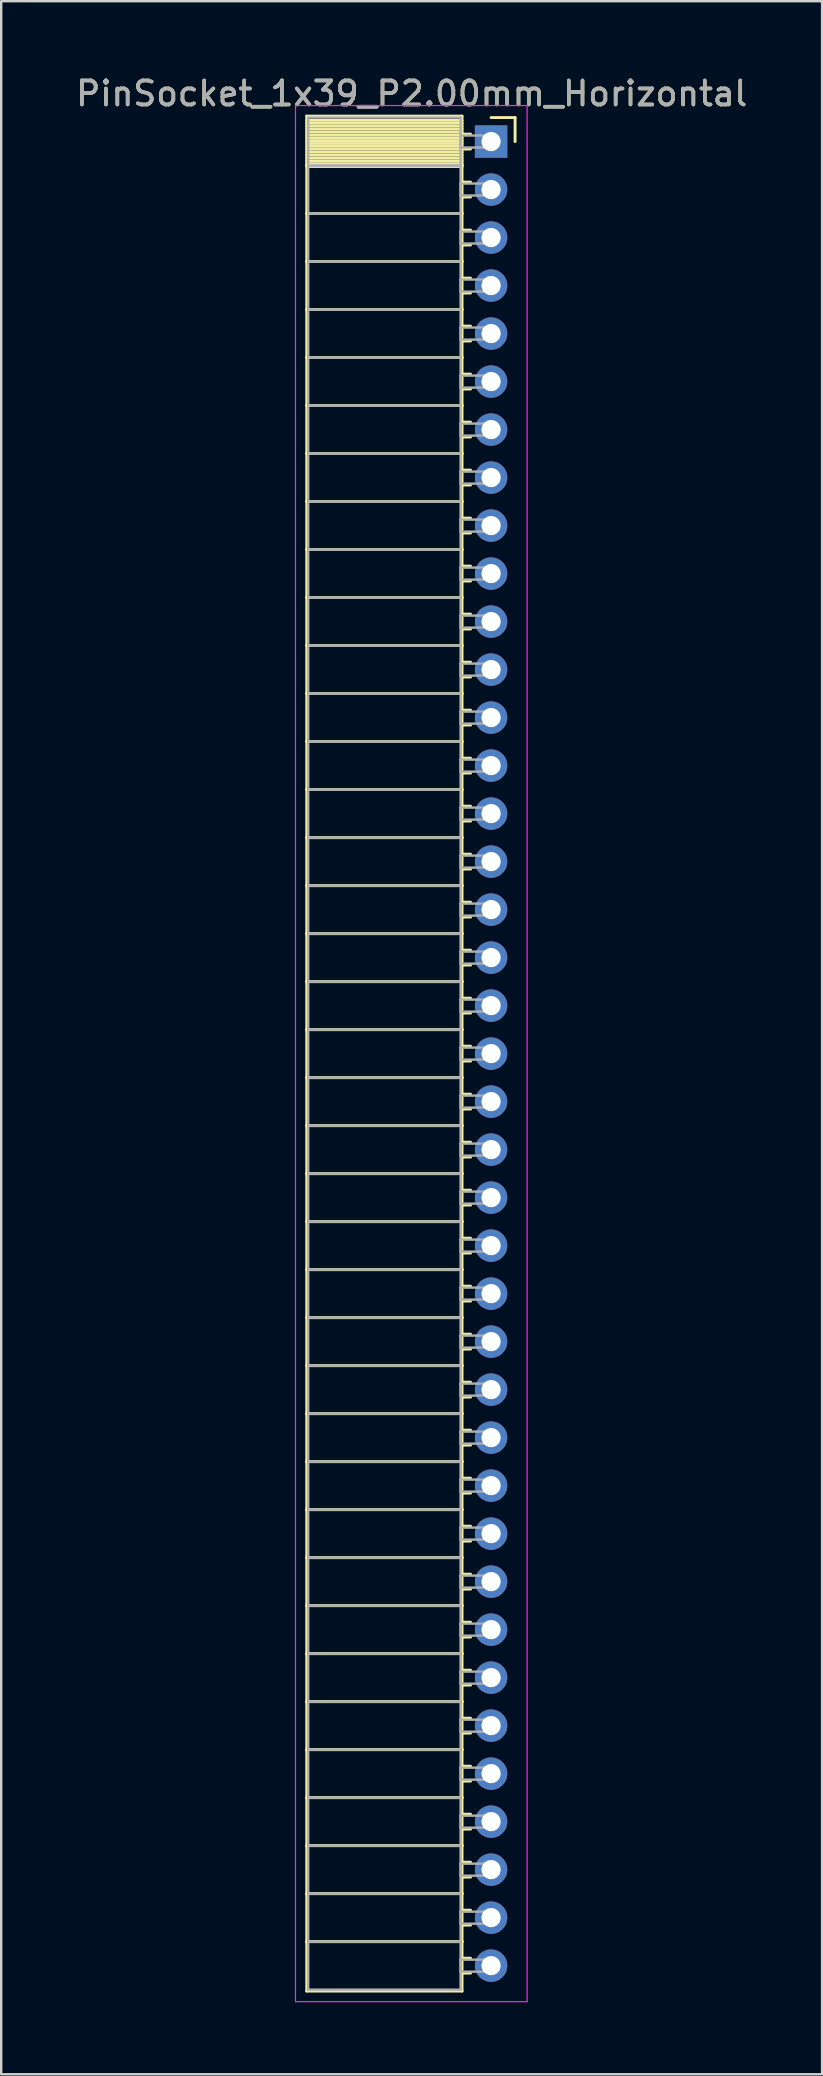
<source format=kicad_pcb>
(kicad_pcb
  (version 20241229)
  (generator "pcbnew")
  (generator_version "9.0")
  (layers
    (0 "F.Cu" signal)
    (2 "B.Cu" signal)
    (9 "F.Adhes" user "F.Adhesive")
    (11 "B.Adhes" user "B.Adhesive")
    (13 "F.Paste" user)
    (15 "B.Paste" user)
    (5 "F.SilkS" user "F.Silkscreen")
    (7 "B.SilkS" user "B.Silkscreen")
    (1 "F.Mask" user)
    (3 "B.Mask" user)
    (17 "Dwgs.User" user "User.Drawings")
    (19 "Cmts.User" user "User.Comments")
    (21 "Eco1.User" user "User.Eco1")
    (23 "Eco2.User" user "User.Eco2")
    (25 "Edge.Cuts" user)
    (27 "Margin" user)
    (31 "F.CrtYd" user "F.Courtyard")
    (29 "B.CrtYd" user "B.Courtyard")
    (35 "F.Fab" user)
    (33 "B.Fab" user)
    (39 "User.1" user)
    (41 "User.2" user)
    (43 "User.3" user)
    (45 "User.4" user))
  (footprint "PinSocket_1x39_P2.00mm_Horizontal"
    (layer "F.Cu")
    (at 17.411 2.848)
    (property "Reference" "PinSocket_1x39_P2.00mm_Horizontal" (at -3.31 -2 0) (layer "F.SilkS") (effects (font (size 1 1) (thickness 0.15))))
    (attr through_hole)
    (fp_line (start -7.68 -1.06) (end -1.21 -1.06) (stroke (width 0.12) (type solid)) (layer "F.SilkS"))
    (fp_line (start -7.68 1) (end -7.68 -1.06) (stroke (width 0.12) (type solid)) (layer "F.SilkS"))
    (fp_line (start -7.68 1) (end -1.21 1) (stroke (width 0.12) (type solid)) (layer "F.SilkS"))
    (fp_line (start -7.68 3) (end -7.68 1) (stroke (width 0.12) (type solid)) (layer "F.SilkS"))
    (fp_line (start -7.68 3) (end -1.21 3) (stroke (width 0.12) (type solid)) (layer "F.SilkS"))
    (fp_line (start -7.68 5) (end -7.68 3) (stroke (width 0.12) (type solid)) (layer "F.SilkS"))
    (fp_line (start -7.68 5) (end -1.21 5) (stroke (width 0.12) (type solid)) (layer "F.SilkS"))
    (fp_line (start -7.68 7) (end -7.68 5) (stroke (width 0.12) (type solid)) (layer "F.SilkS"))
    (fp_line (start -7.68 7) (end -1.21 7) (stroke (width 0.12) (type solid)) (layer "F.SilkS"))
    (fp_line (start -7.68 9) (end -7.68 7) (stroke (width 0.12) (type solid)) (layer "F.SilkS"))
    (fp_line (start -7.68 9) (end -1.21 9) (stroke (width 0.12) (type solid)) (layer "F.SilkS"))
    (fp_line (start -7.68 11) (end -7.68 9) (stroke (width 0.12) (type solid)) (layer "F.SilkS"))
    (fp_line (start -7.68 11) (end -1.21 11) (stroke (width 0.12) (type solid)) (layer "F.SilkS"))
    (fp_line (start -7.68 13) (end -7.68 11) (stroke (width 0.12) (type solid)) (layer "F.SilkS"))
    (fp_line (start -7.68 13) (end -1.21 13) (stroke (width 0.12) (type solid)) (layer "F.SilkS"))
    (fp_line (start -7.68 15) (end -7.68 13) (stroke (width 0.12) (type solid)) (layer "F.SilkS"))
    (fp_line (start -7.68 15) (end -1.21 15) (stroke (width 0.12) (type solid)) (layer "F.SilkS"))
    (fp_line (start -7.68 17) (end -7.68 15) (stroke (width 0.12) (type solid)) (layer "F.SilkS"))
    (fp_line (start -7.68 17) (end -1.21 17) (stroke (width 0.12) (type solid)) (layer "F.SilkS"))
    (fp_line (start -7.68 19) (end -7.68 17) (stroke (width 0.12) (type solid)) (layer "F.SilkS"))
    (fp_line (start -7.68 19) (end -1.21 19) (stroke (width 0.12) (type solid)) (layer "F.SilkS"))
    (fp_line (start -7.68 21) (end -7.68 19) (stroke (width 0.12) (type solid)) (layer "F.SilkS"))
    (fp_line (start -7.68 21) (end -1.21 21) (stroke (width 0.12) (type solid)) (layer "F.SilkS"))
    (fp_line (start -7.68 23) (end -7.68 21) (stroke (width 0.12) (type solid)) (layer "F.SilkS"))
    (fp_line (start -7.68 23) (end -1.21 23) (stroke (width 0.12) (type solid)) (layer "F.SilkS"))
    (fp_line (start -7.68 25) (end -7.68 23) (stroke (width 0.12) (type solid)) (layer "F.SilkS"))
    (fp_line (start -7.68 25) (end -1.21 25) (stroke (width 0.12) (type solid)) (layer "F.SilkS"))
    (fp_line (start -7.68 27) (end -7.68 25) (stroke (width 0.12) (type solid)) (layer "F.SilkS"))
    (fp_line (start -7.68 27) (end -1.21 27) (stroke (width 0.12) (type solid)) (layer "F.SilkS"))
    (fp_line (start -7.68 29) (end -7.68 27) (stroke (width 0.12) (type solid)) (layer "F.SilkS"))
    (fp_line (start -7.68 29) (end -1.21 29) (stroke (width 0.12) (type solid)) (layer "F.SilkS"))
    (fp_line (start -7.68 31) (end -7.68 29) (stroke (width 0.12) (type solid)) (layer "F.SilkS"))
    (fp_line (start -7.68 31) (end -1.21 31) (stroke (width 0.12) (type solid)) (layer "F.SilkS"))
    (fp_line (start -7.68 33) (end -7.68 31) (stroke (width 0.12) (type solid)) (layer "F.SilkS"))
    (fp_line (start -7.68 33) (end -1.21 33) (stroke (width 0.12) (type solid)) (layer "F.SilkS"))
    (fp_line (start -7.68 35) (end -7.68 33) (stroke (width 0.12) (type solid)) (layer "F.SilkS"))
    (fp_line (start -7.68 35) (end -1.21 35) (stroke (width 0.12) (type solid)) (layer "F.SilkS"))
    (fp_line (start -7.68 37) (end -7.68 35) (stroke (width 0.12) (type solid)) (layer "F.SilkS"))
    (fp_line (start -7.68 37) (end -1.21 37) (stroke (width 0.12) (type solid)) (layer "F.SilkS"))
    (fp_line (start -7.68 39) (end -7.68 37) (stroke (width 0.12) (type solid)) (layer "F.SilkS"))
    (fp_line (start -7.68 39) (end -1.21 39) (stroke (width 0.12) (type solid)) (layer "F.SilkS"))
    (fp_line (start -7.68 41) (end -7.68 39) (stroke (width 0.12) (type solid)) (layer "F.SilkS"))
    (fp_line (start -7.68 41) (end -1.21 41) (stroke (width 0.12) (type solid)) (layer "F.SilkS"))
    (fp_line (start -7.68 43) (end -7.68 41) (stroke (width 0.12) (type solid)) (layer "F.SilkS"))
    (fp_line (start -7.68 43) (end -1.21 43) (stroke (width 0.12) (type solid)) (layer "F.SilkS"))
    (fp_line (start -7.68 45) (end -7.68 43) (stroke (width 0.12) (type solid)) (layer "F.SilkS"))
    (fp_line (start -7.68 45) (end -1.21 45) (stroke (width 0.12) (type solid)) (layer "F.SilkS"))
    (fp_line (start -7.68 47) (end -7.68 45) (stroke (width 0.12) (type solid)) (layer "F.SilkS"))
    (fp_line (start -7.68 47) (end -1.21 47) (stroke (width 0.12) (type solid)) (layer "F.SilkS"))
    (fp_line (start -7.68 49) (end -7.68 47) (stroke (width 0.12) (type solid)) (layer "F.SilkS"))
    (fp_line (start -7.68 49) (end -1.21 49) (stroke (width 0.12) (type solid)) (layer "F.SilkS"))
    (fp_line (start -7.68 51) (end -7.68 49) (stroke (width 0.12) (type solid)) (layer "F.SilkS"))
    (fp_line (start -7.68 51) (end -1.21 51) (stroke (width 0.12) (type solid)) (layer "F.SilkS"))
    (fp_line (start -7.68 53) (end -7.68 51) (stroke (width 0.12) (type solid)) (layer "F.SilkS"))
    (fp_line (start -7.68 53) (end -1.21 53) (stroke (width 0.12) (type solid)) (layer "F.SilkS"))
    (fp_line (start -7.68 55) (end -7.68 53) (stroke (width 0.12) (type solid)) (layer "F.SilkS"))
    (fp_line (start -7.68 55) (end -1.21 55) (stroke (width 0.12) (type solid)) (layer "F.SilkS"))
    (fp_line (start -7.68 57) (end -7.68 55) (stroke (width 0.12) (type solid)) (layer "F.SilkS"))
    (fp_line (start -7.68 57) (end -1.21 57) (stroke (width 0.12) (type solid)) (layer "F.SilkS"))
    (fp_line (start -7.68 59) (end -7.68 57) (stroke (width 0.12) (type solid)) (layer "F.SilkS"))
    (fp_line (start -7.68 59) (end -1.21 59) (stroke (width 0.12) (type solid)) (layer "F.SilkS"))
    (fp_line (start -7.68 61) (end -7.68 59) (stroke (width 0.12) (type solid)) (layer "F.SilkS"))
    (fp_line (start -7.68 61) (end -1.21 61) (stroke (width 0.12) (type solid)) (layer "F.SilkS"))
    (fp_line (start -7.68 63) (end -7.68 61) (stroke (width 0.12) (type solid)) (layer "F.SilkS"))
    (fp_line (start -7.68 63) (end -1.21 63) (stroke (width 0.12) (type solid)) (layer "F.SilkS"))
    (fp_line (start -7.68 65) (end -7.68 63) (stroke (width 0.12) (type solid)) (layer "F.SilkS"))
    (fp_line (start -7.68 65) (end -1.21 65) (stroke (width 0.12) (type solid)) (layer "F.SilkS"))
    (fp_line (start -7.68 67) (end -7.68 65) (stroke (width 0.12) (type solid)) (layer "F.SilkS"))
    (fp_line (start -7.68 67) (end -1.21 67) (stroke (width 0.12) (type solid)) (layer "F.SilkS"))
    (fp_line (start -7.68 69) (end -7.68 67) (stroke (width 0.12) (type solid)) (layer "F.SilkS"))
    (fp_line (start -7.68 69) (end -1.21 69) (stroke (width 0.12) (type solid)) (layer "F.SilkS"))
    (fp_line (start -7.68 71) (end -7.68 69) (stroke (width 0.12) (type solid)) (layer "F.SilkS"))
    (fp_line (start -7.68 71) (end -1.21 71) (stroke (width 0.12) (type solid)) (layer "F.SilkS"))
    (fp_line (start -7.68 73) (end -7.68 71) (stroke (width 0.12) (type solid)) (layer "F.SilkS"))
    (fp_line (start -7.68 73) (end -1.21 73) (stroke (width 0.12) (type solid)) (layer "F.SilkS"))
    (fp_line (start -7.68 75) (end -7.68 73) (stroke (width 0.12) (type solid)) (layer "F.SilkS"))
    (fp_line (start -7.68 75) (end -1.21 75) (stroke (width 0.12) (type solid)) (layer "F.SilkS"))
    (fp_line (start -7.68 77.06) (end -7.68 75) (stroke (width 0.12) (type solid)) (layer "F.SilkS"))
    (fp_line (start -1.21 -1.06) (end -1.21 1) (stroke (width 0.12) (type solid)) (layer "F.SilkS"))
    (fp_line (start -1.21 -0.88) (end -7.68 -0.88) (stroke (width 0.12) (type solid)) (layer "F.SilkS"))
    (fp_line (start -1.21 -0.76) (end -7.68 -0.76) (stroke (width 0.12) (type solid)) (layer "F.SilkS"))
    (fp_line (start -1.21 -0.64) (end -7.68 -0.64) (stroke (width 0.12) (type solid)) (layer "F.SilkS"))
    (fp_line (start -1.21 -0.52) (end -7.68 -0.52) (stroke (width 0.12) (type solid)) (layer "F.SilkS"))
    (fp_line (start -1.21 -0.4) (end -7.68 -0.4) (stroke (width 0.12) (type solid)) (layer "F.SilkS"))
    (fp_line (start -1.21 -0.28) (end -7.68 -0.28) (stroke (width 0.12) (type solid)) (layer "F.SilkS"))
    (fp_line (start -1.21 -0.16) (end -7.68 -0.16) (stroke (width 0.12) (type solid)) (layer "F.SilkS"))
    (fp_line (start -1.21 -0.04) (end -7.68 -0.04) (stroke (width 0.12) (type solid)) (layer "F.SilkS"))
    (fp_line (start -1.21 0.08) (end -7.68 0.08) (stroke (width 0.12) (type solid)) (layer "F.SilkS"))
    (fp_line (start -1.21 0.2) (end -7.68 0.2) (stroke (width 0.12) (type solid)) (layer "F.SilkS"))
    (fp_line (start -1.21 0.32) (end -7.68 0.32) (stroke (width 0.12) (type solid)) (layer "F.SilkS"))
    (fp_line (start -1.21 0.44) (end -7.68 0.44) (stroke (width 0.12) (type solid)) (layer "F.SilkS"))
    (fp_line (start -1.21 0.56) (end -7.68 0.56) (stroke (width 0.12) (type solid)) (layer "F.SilkS"))
    (fp_line (start -1.21 0.68) (end -7.68 0.68) (stroke (width 0.12) (type solid)) (layer "F.SilkS"))
    (fp_line (start -1.21 0.8) (end -7.68 0.8) (stroke (width 0.12) (type solid)) (layer "F.SilkS"))
    (fp_line (start -1.21 0.92) (end -7.68 0.92) (stroke (width 0.12) (type solid)) (layer "F.SilkS"))
    (fp_line (start -1.21 1) (end -7.68 1) (stroke (width 0.12) (type solid)) (layer "F.SilkS"))
    (fp_line (start -1.21 1) (end -1.21 3) (stroke (width 0.12) (type solid)) (layer "F.SilkS"))
    (fp_line (start -1.21 1.04) (end -7.68 1.04) (stroke (width 0.12) (type solid)) (layer "F.SilkS"))
    (fp_line (start -1.21 3) (end -7.68 3) (stroke (width 0.12) (type solid)) (layer "F.SilkS"))
    (fp_line (start -1.21 3) (end -1.21 5) (stroke (width 0.12) (type solid)) (layer "F.SilkS"))
    (fp_line (start -1.21 5) (end -7.68 5) (stroke (width 0.12) (type solid)) (layer "F.SilkS"))
    (fp_line (start -1.21 5) (end -1.21 7) (stroke (width 0.12) (type solid)) (layer "F.SilkS"))
    (fp_line (start -1.21 7) (end -7.68 7) (stroke (width 0.12) (type solid)) (layer "F.SilkS"))
    (fp_line (start -1.21 7) (end -1.21 9) (stroke (width 0.12) (type solid)) (layer "F.SilkS"))
    (fp_line (start -1.21 9) (end -7.68 9) (stroke (width 0.12) (type solid)) (layer "F.SilkS"))
    (fp_line (start -1.21 9) (end -1.21 11) (stroke (width 0.12) (type solid)) (layer "F.SilkS"))
    (fp_line (start -1.21 11) (end -7.68 11) (stroke (width 0.12) (type solid)) (layer "F.SilkS"))
    (fp_line (start -1.21 11) (end -1.21 13) (stroke (width 0.12) (type solid)) (layer "F.SilkS"))
    (fp_line (start -1.21 13) (end -7.68 13) (stroke (width 0.12) (type solid)) (layer "F.SilkS"))
    (fp_line (start -1.21 13) (end -1.21 15) (stroke (width 0.12) (type solid)) (layer "F.SilkS"))
    (fp_line (start -1.21 15) (end -7.68 15) (stroke (width 0.12) (type solid)) (layer "F.SilkS"))
    (fp_line (start -1.21 15) (end -1.21 17) (stroke (width 0.12) (type solid)) (layer "F.SilkS"))
    (fp_line (start -1.21 17) (end -7.68 17) (stroke (width 0.12) (type solid)) (layer "F.SilkS"))
    (fp_line (start -1.21 17) (end -1.21 19) (stroke (width 0.12) (type solid)) (layer "F.SilkS"))
    (fp_line (start -1.21 19) (end -7.68 19) (stroke (width 0.12) (type solid)) (layer "F.SilkS"))
    (fp_line (start -1.21 19) (end -1.21 21) (stroke (width 0.12) (type solid)) (layer "F.SilkS"))
    (fp_line (start -1.21 21) (end -7.68 21) (stroke (width 0.12) (type solid)) (layer "F.SilkS"))
    (fp_line (start -1.21 21) (end -1.21 23) (stroke (width 0.12) (type solid)) (layer "F.SilkS"))
    (fp_line (start -1.21 23) (end -7.68 23) (stroke (width 0.12) (type solid)) (layer "F.SilkS"))
    (fp_line (start -1.21 23) (end -1.21 25) (stroke (width 0.12) (type solid)) (layer "F.SilkS"))
    (fp_line (start -1.21 25) (end -7.68 25) (stroke (width 0.12) (type solid)) (layer "F.SilkS"))
    (fp_line (start -1.21 25) (end -1.21 27) (stroke (width 0.12) (type solid)) (layer "F.SilkS"))
    (fp_line (start -1.21 27) (end -7.68 27) (stroke (width 0.12) (type solid)) (layer "F.SilkS"))
    (fp_line (start -1.21 27) (end -1.21 29) (stroke (width 0.12) (type solid)) (layer "F.SilkS"))
    (fp_line (start -1.21 29) (end -7.68 29) (stroke (width 0.12) (type solid)) (layer "F.SilkS"))
    (fp_line (start -1.21 29) (end -1.21 31) (stroke (width 0.12) (type solid)) (layer "F.SilkS"))
    (fp_line (start -1.21 31) (end -7.68 31) (stroke (width 0.12) (type solid)) (layer "F.SilkS"))
    (fp_line (start -1.21 31) (end -1.21 33) (stroke (width 0.12) (type solid)) (layer "F.SilkS"))
    (fp_line (start -1.21 33) (end -7.68 33) (stroke (width 0.12) (type solid)) (layer "F.SilkS"))
    (fp_line (start -1.21 33) (end -1.21 35) (stroke (width 0.12) (type solid)) (layer "F.SilkS"))
    (fp_line (start -1.21 35) (end -7.68 35) (stroke (width 0.12) (type solid)) (layer "F.SilkS"))
    (fp_line (start -1.21 35) (end -1.21 37) (stroke (width 0.12) (type solid)) (layer "F.SilkS"))
    (fp_line (start -1.21 37) (end -7.68 37) (stroke (width 0.12) (type solid)) (layer "F.SilkS"))
    (fp_line (start -1.21 37) (end -1.21 39) (stroke (width 0.12) (type solid)) (layer "F.SilkS"))
    (fp_line (start -1.21 39) (end -7.68 39) (stroke (width 0.12) (type solid)) (layer "F.SilkS"))
    (fp_line (start -1.21 39) (end -1.21 41) (stroke (width 0.12) (type solid)) (layer "F.SilkS"))
    (fp_line (start -1.21 41) (end -7.68 41) (stroke (width 0.12) (type solid)) (layer "F.SilkS"))
    (fp_line (start -1.21 41) (end -1.21 43) (stroke (width 0.12) (type solid)) (layer "F.SilkS"))
    (fp_line (start -1.21 43) (end -7.68 43) (stroke (width 0.12) (type solid)) (layer "F.SilkS"))
    (fp_line (start -1.21 43) (end -1.21 45) (stroke (width 0.12) (type solid)) (layer "F.SilkS"))
    (fp_line (start -1.21 45) (end -7.68 45) (stroke (width 0.12) (type solid)) (layer "F.SilkS"))
    (fp_line (start -1.21 45) (end -1.21 47) (stroke (width 0.12) (type solid)) (layer "F.SilkS"))
    (fp_line (start -1.21 47) (end -7.68 47) (stroke (width 0.12) (type solid)) (layer "F.SilkS"))
    (fp_line (start -1.21 47) (end -1.21 49) (stroke (width 0.12) (type solid)) (layer "F.SilkS"))
    (fp_line (start -1.21 49) (end -7.68 49) (stroke (width 0.12) (type solid)) (layer "F.SilkS"))
    (fp_line (start -1.21 49) (end -1.21 51) (stroke (width 0.12) (type solid)) (layer "F.SilkS"))
    (fp_line (start -1.21 51) (end -7.68 51) (stroke (width 0.12) (type solid)) (layer "F.SilkS"))
    (fp_line (start -1.21 51) (end -1.21 53) (stroke (width 0.12) (type solid)) (layer "F.SilkS"))
    (fp_line (start -1.21 53) (end -7.68 53) (stroke (width 0.12) (type solid)) (layer "F.SilkS"))
    (fp_line (start -1.21 53) (end -1.21 55) (stroke (width 0.12) (type solid)) (layer "F.SilkS"))
    (fp_line (start -1.21 55) (end -7.68 55) (stroke (width 0.12) (type solid)) (layer "F.SilkS"))
    (fp_line (start -1.21 55) (end -1.21 57) (stroke (width 0.12) (type solid)) (layer "F.SilkS"))
    (fp_line (start -1.21 57) (end -7.68 57) (stroke (width 0.12) (type solid)) (layer "F.SilkS"))
    (fp_line (start -1.21 57) (end -1.21 59) (stroke (width 0.12) (type solid)) (layer "F.SilkS"))
    (fp_line (start -1.21 59) (end -7.68 59) (stroke (width 0.12) (type solid)) (layer "F.SilkS"))
    (fp_line (start -1.21 59) (end -1.21 61) (stroke (width 0.12) (type solid)) (layer "F.SilkS"))
    (fp_line (start -1.21 61) (end -7.68 61) (stroke (width 0.12) (type solid)) (layer "F.SilkS"))
    (fp_line (start -1.21 61) (end -1.21 63) (stroke (width 0.12) (type solid)) (layer "F.SilkS"))
    (fp_line (start -1.21 63) (end -7.68 63) (stroke (width 0.12) (type solid)) (layer "F.SilkS"))
    (fp_line (start -1.21 63) (end -1.21 65) (stroke (width 0.12) (type solid)) (layer "F.SilkS"))
    (fp_line (start -1.21 65) (end -7.68 65) (stroke (width 0.12) (type solid)) (layer "F.SilkS"))
    (fp_line (start -1.21 65) (end -1.21 67) (stroke (width 0.12) (type solid)) (layer "F.SilkS"))
    (fp_line (start -1.21 67) (end -7.68 67) (stroke (width 0.12) (type solid)) (layer "F.SilkS"))
    (fp_line (start -1.21 67) (end -1.21 69) (stroke (width 0.12) (type solid)) (layer "F.SilkS"))
    (fp_line (start -1.21 69) (end -7.68 69) (stroke (width 0.12) (type solid)) (layer "F.SilkS"))
    (fp_line (start -1.21 69) (end -1.21 71) (stroke (width 0.12) (type solid)) (layer "F.SilkS"))
    (fp_line (start -1.21 71) (end -7.68 71) (stroke (width 0.12) (type solid)) (layer "F.SilkS"))
    (fp_line (start -1.21 71) (end -1.21 73) (stroke (width 0.12) (type solid)) (layer "F.SilkS"))
    (fp_line (start -1.21 73) (end -7.68 73) (stroke (width 0.12) (type solid)) (layer "F.SilkS"))
    (fp_line (start -1.21 73) (end -1.21 75) (stroke (width 0.12) (type solid)) (layer "F.SilkS"))
    (fp_line (start -1.21 75) (end -7.68 75) (stroke (width 0.12) (type solid)) (layer "F.SilkS"))
    (fp_line (start -1.21 75) (end -1.21 77.06) (stroke (width 0.12) (type solid)) (layer "F.SilkS"))
    (fp_line (start -1.21 77.06) (end -7.68 77.06) (stroke (width 0.12) (type solid)) (layer "F.SilkS"))
    (fp_line (start -0.855 -0.31) (end -1.21 -0.31) (stroke (width 0.12) (type solid)) (layer "F.SilkS"))
    (fp_line (start -0.855 0.31) (end -1.21 0.31) (stroke (width 0.12) (type solid)) (layer "F.SilkS"))
    (fp_line (start -0.855 1.69) (end -1.21 1.69) (stroke (width 0.12) (type solid)) (layer "F.SilkS"))
    (fp_line (start -0.855 2.31) (end -1.21 2.31) (stroke (width 0.12) (type solid)) (layer "F.SilkS"))
    (fp_line (start -0.855 3.69) (end -1.21 3.69) (stroke (width 0.12) (type solid)) (layer "F.SilkS"))
    (fp_line (start -0.855 4.31) (end -1.21 4.31) (stroke (width 0.12) (type solid)) (layer "F.SilkS"))
    (fp_line (start -0.855 5.69) (end -1.21 5.69) (stroke (width 0.12) (type solid)) (layer "F.SilkS"))
    (fp_line (start -0.855 6.31) (end -1.21 6.31) (stroke (width 0.12) (type solid)) (layer "F.SilkS"))
    (fp_line (start -0.855 7.69) (end -1.21 7.69) (stroke (width 0.12) (type solid)) (layer "F.SilkS"))
    (fp_line (start -0.855 8.31) (end -1.21 8.31) (stroke (width 0.12) (type solid)) (layer "F.SilkS"))
    (fp_line (start -0.855 9.69) (end -1.21 9.69) (stroke (width 0.12) (type solid)) (layer "F.SilkS"))
    (fp_line (start -0.855 10.31) (end -1.21 10.31) (stroke (width 0.12) (type solid)) (layer "F.SilkS"))
    (fp_line (start -0.855 11.69) (end -1.21 11.69) (stroke (width 0.12) (type solid)) (layer "F.SilkS"))
    (fp_line (start -0.855 12.31) (end -1.21 12.31) (stroke (width 0.12) (type solid)) (layer "F.SilkS"))
    (fp_line (start -0.855 13.69) (end -1.21 13.69) (stroke (width 0.12) (type solid)) (layer "F.SilkS"))
    (fp_line (start -0.855 14.31) (end -1.21 14.31) (stroke (width 0.12) (type solid)) (layer "F.SilkS"))
    (fp_line (start -0.855 15.69) (end -1.21 15.69) (stroke (width 0.12) (type solid)) (layer "F.SilkS"))
    (fp_line (start -0.855 16.31) (end -1.21 16.31) (stroke (width 0.12) (type solid)) (layer "F.SilkS"))
    (fp_line (start -0.855 17.69) (end -1.21 17.69) (stroke (width 0.12) (type solid)) (layer "F.SilkS"))
    (fp_line (start -0.855 18.31) (end -1.21 18.31) (stroke (width 0.12) (type solid)) (layer "F.SilkS"))
    (fp_line (start -0.855 19.69) (end -1.21 19.69) (stroke (width 0.12) (type solid)) (layer "F.SilkS"))
    (fp_line (start -0.855 20.31) (end -1.21 20.31) (stroke (width 0.12) (type solid)) (layer "F.SilkS"))
    (fp_line (start -0.855 21.69) (end -1.21 21.69) (stroke (width 0.12) (type solid)) (layer "F.SilkS"))
    (fp_line (start -0.855 22.31) (end -1.21 22.31) (stroke (width 0.12) (type solid)) (layer "F.SilkS"))
    (fp_line (start -0.855 23.69) (end -1.21 23.69) (stroke (width 0.12) (type solid)) (layer "F.SilkS"))
    (fp_line (start -0.855 24.31) (end -1.21 24.31) (stroke (width 0.12) (type solid)) (layer "F.SilkS"))
    (fp_line (start -0.855 25.69) (end -1.21 25.69) (stroke (width 0.12) (type solid)) (layer "F.SilkS"))
    (fp_line (start -0.855 26.31) (end -1.21 26.31) (stroke (width 0.12) (type solid)) (layer "F.SilkS"))
    (fp_line (start -0.855 27.69) (end -1.21 27.69) (stroke (width 0.12) (type solid)) (layer "F.SilkS"))
    (fp_line (start -0.855 28.31) (end -1.21 28.31) (stroke (width 0.12) (type solid)) (layer "F.SilkS"))
    (fp_line (start -0.855 29.69) (end -1.21 29.69) (stroke (width 0.12) (type solid)) (layer "F.SilkS"))
    (fp_line (start -0.855 30.31) (end -1.21 30.31) (stroke (width 0.12) (type solid)) (layer "F.SilkS"))
    (fp_line (start -0.855 31.69) (end -1.21 31.69) (stroke (width 0.12) (type solid)) (layer "F.SilkS"))
    (fp_line (start -0.855 32.31) (end -1.21 32.31) (stroke (width 0.12) (type solid)) (layer "F.SilkS"))
    (fp_line (start -0.855 33.69) (end -1.21 33.69) (stroke (width 0.12) (type solid)) (layer "F.SilkS"))
    (fp_line (start -0.855 34.31) (end -1.21 34.31) (stroke (width 0.12) (type solid)) (layer "F.SilkS"))
    (fp_line (start -0.855 35.69) (end -1.21 35.69) (stroke (width 0.12) (type solid)) (layer "F.SilkS"))
    (fp_line (start -0.855 36.31) (end -1.21 36.31) (stroke (width 0.12) (type solid)) (layer "F.SilkS"))
    (fp_line (start -0.855 37.69) (end -1.21 37.69) (stroke (width 0.12) (type solid)) (layer "F.SilkS"))
    (fp_line (start -0.855 38.31) (end -1.21 38.31) (stroke (width 0.12) (type solid)) (layer "F.SilkS"))
    (fp_line (start -0.855 39.69) (end -1.21 39.69) (stroke (width 0.12) (type solid)) (layer "F.SilkS"))
    (fp_line (start -0.855 40.31) (end -1.21 40.31) (stroke (width 0.12) (type solid)) (layer "F.SilkS"))
    (fp_line (start -0.855 41.69) (end -1.21 41.69) (stroke (width 0.12) (type solid)) (layer "F.SilkS"))
    (fp_line (start -0.855 42.31) (end -1.21 42.31) (stroke (width 0.12) (type solid)) (layer "F.SilkS"))
    (fp_line (start -0.855 43.69) (end -1.21 43.69) (stroke (width 0.12) (type solid)) (layer "F.SilkS"))
    (fp_line (start -0.855 44.31) (end -1.21 44.31) (stroke (width 0.12) (type solid)) (layer "F.SilkS"))
    (fp_line (start -0.855 45.69) (end -1.21 45.69) (stroke (width 0.12) (type solid)) (layer "F.SilkS"))
    (fp_line (start -0.855 46.31) (end -1.21 46.31) (stroke (width 0.12) (type solid)) (layer "F.SilkS"))
    (fp_line (start -0.855 47.69) (end -1.21 47.69) (stroke (width 0.12) (type solid)) (layer "F.SilkS"))
    (fp_line (start -0.855 48.31) (end -1.21 48.31) (stroke (width 0.12) (type solid)) (layer "F.SilkS"))
    (fp_line (start -0.855 49.69) (end -1.21 49.69) (stroke (width 0.12) (type solid)) (layer "F.SilkS"))
    (fp_line (start -0.855 50.31) (end -1.21 50.31) (stroke (width 0.12) (type solid)) (layer "F.SilkS"))
    (fp_line (start -0.855 51.69) (end -1.21 51.69) (stroke (width 0.12) (type solid)) (layer "F.SilkS"))
    (fp_line (start -0.855 52.31) (end -1.21 52.31) (stroke (width 0.12) (type solid)) (layer "F.SilkS"))
    (fp_line (start -0.855 53.69) (end -1.21 53.69) (stroke (width 0.12) (type solid)) (layer "F.SilkS"))
    (fp_line (start -0.855 54.31) (end -1.21 54.31) (stroke (width 0.12) (type solid)) (layer "F.SilkS"))
    (fp_line (start -0.855 55.69) (end -1.21 55.69) (stroke (width 0.12) (type solid)) (layer "F.SilkS"))
    (fp_line (start -0.855 56.31) (end -1.21 56.31) (stroke (width 0.12) (type solid)) (layer "F.SilkS"))
    (fp_line (start -0.855 57.69) (end -1.21 57.69) (stroke (width 0.12) (type solid)) (layer "F.SilkS"))
    (fp_line (start -0.855 58.31) (end -1.21 58.31) (stroke (width 0.12) (type solid)) (layer "F.SilkS"))
    (fp_line (start -0.855 59.69) (end -1.21 59.69) (stroke (width 0.12) (type solid)) (layer "F.SilkS"))
    (fp_line (start -0.855 60.31) (end -1.21 60.31) (stroke (width 0.12) (type solid)) (layer "F.SilkS"))
    (fp_line (start -0.855 61.69) (end -1.21 61.69) (stroke (width 0.12) (type solid)) (layer "F.SilkS"))
    (fp_line (start -0.855 62.31) (end -1.21 62.31) (stroke (width 0.12) (type solid)) (layer "F.SilkS"))
    (fp_line (start -0.855 63.69) (end -1.21 63.69) (stroke (width 0.12) (type solid)) (layer "F.SilkS"))
    (fp_line (start -0.855 64.31) (end -1.21 64.31) (stroke (width 0.12) (type solid)) (layer "F.SilkS"))
    (fp_line (start -0.855 65.69) (end -1.21 65.69) (stroke (width 0.12) (type solid)) (layer "F.SilkS"))
    (fp_line (start -0.855 66.31) (end -1.21 66.31) (stroke (width 0.12) (type solid)) (layer "F.SilkS"))
    (fp_line (start -0.855 67.69) (end -1.21 67.69) (stroke (width 0.12) (type solid)) (layer "F.SilkS"))
    (fp_line (start -0.855 68.31) (end -1.21 68.31) (stroke (width 0.12) (type solid)) (layer "F.SilkS"))
    (fp_line (start -0.855 69.69) (end -1.21 69.69) (stroke (width 0.12) (type solid)) (layer "F.SilkS"))
    (fp_line (start -0.855 70.31) (end -1.21 70.31) (stroke (width 0.12) (type solid)) (layer "F.SilkS"))
    (fp_line (start -0.855 71.69) (end -1.21 71.69) (stroke (width 0.12) (type solid)) (layer "F.SilkS"))
    (fp_line (start -0.855 72.31) (end -1.21 72.31) (stroke (width 0.12) (type solid)) (layer "F.SilkS"))
    (fp_line (start -0.855 73.69) (end -1.21 73.69) (stroke (width 0.12) (type solid)) (layer "F.SilkS"))
    (fp_line (start -0.855 74.31) (end -1.21 74.31) (stroke (width 0.12) (type solid)) (layer "F.SilkS"))
    (fp_line (start -0.855 75.69) (end -1.21 75.69) (stroke (width 0.12) (type solid)) (layer "F.SilkS"))
    (fp_line (start -0.855 76.31) (end -1.21 76.31) (stroke (width 0.12) (type solid)) (layer "F.SilkS"))
    (fp_line (start 0 -1) (end 1 -1) (stroke (width 0.12) (type solid)) (layer "F.SilkS"))
    (fp_line (start 1 -1) (end 1 0) (stroke (width 0.12) (type solid)) (layer "F.SilkS"))
    (fp_line (start -8.15 -1.5) (end 1.5 -1.5) (stroke (width 0.05) (type solid)) (layer "F.CrtYd"))
    (fp_line (start -8.15 77.5) (end -8.15 -1.5) (stroke (width 0.05) (type solid)) (layer "F.CrtYd"))
    (fp_line (start 1.5 -1.5) (end 1.5 77.5) (stroke (width 0.05) (type solid)) (layer "F.CrtYd"))
    (fp_line (start 1.5 77.5) (end -8.15 77.5) (stroke (width 0.05) (type solid)) (layer "F.CrtYd"))
    (fp_line (start -7.62 -1) (end -1.27 -1) (stroke (width 0.1) (type solid)) (layer "F.Fab"))
    (fp_line (start -7.62 1) (end -7.62 -1) (stroke (width 0.1) (type solid)) (layer "F.Fab"))
    (fp_line (start -7.62 1) (end -1.27 1) (stroke (width 0.1) (type solid)) (layer "F.Fab"))
    (fp_line (start -7.62 3) (end -7.62 1) (stroke (width 0.1) (type solid)) (layer "F.Fab"))
    (fp_line (start -7.62 3) (end -1.27 3) (stroke (width 0.1) (type solid)) (layer "F.Fab"))
    (fp_line (start -7.62 5) (end -7.62 3) (stroke (width 0.1) (type solid)) (layer "F.Fab"))
    (fp_line (start -7.62 5) (end -1.27 5) (stroke (width 0.1) (type solid)) (layer "F.Fab"))
    (fp_line (start -7.62 7) (end -7.62 5) (stroke (width 0.1) (type solid)) (layer "F.Fab"))
    (fp_line (start -7.62 7) (end -1.27 7) (stroke (width 0.1) (type solid)) (layer "F.Fab"))
    (fp_line (start -7.62 9) (end -7.62 7) (stroke (width 0.1) (type solid)) (layer "F.Fab"))
    (fp_line (start -7.62 9) (end -1.27 9) (stroke (width 0.1) (type solid)) (layer "F.Fab"))
    (fp_line (start -7.62 11) (end -7.62 9) (stroke (width 0.1) (type solid)) (layer "F.Fab"))
    (fp_line (start -7.62 11) (end -1.27 11) (stroke (width 0.1) (type solid)) (layer "F.Fab"))
    (fp_line (start -7.62 13) (end -7.62 11) (stroke (width 0.1) (type solid)) (layer "F.Fab"))
    (fp_line (start -7.62 13) (end -1.27 13) (stroke (width 0.1) (type solid)) (layer "F.Fab"))
    (fp_line (start -7.62 15) (end -7.62 13) (stroke (width 0.1) (type solid)) (layer "F.Fab"))
    (fp_line (start -7.62 15) (end -1.27 15) (stroke (width 0.1) (type solid)) (layer "F.Fab"))
    (fp_line (start -7.62 17) (end -7.62 15) (stroke (width 0.1) (type solid)) (layer "F.Fab"))
    (fp_line (start -7.62 17) (end -1.27 17) (stroke (width 0.1) (type solid)) (layer "F.Fab"))
    (fp_line (start -7.62 19) (end -7.62 17) (stroke (width 0.1) (type solid)) (layer "F.Fab"))
    (fp_line (start -7.62 19) (end -1.27 19) (stroke (width 0.1) (type solid)) (layer "F.Fab"))
    (fp_line (start -7.62 21) (end -7.62 19) (stroke (width 0.1) (type solid)) (layer "F.Fab"))
    (fp_line (start -7.62 21) (end -1.27 21) (stroke (width 0.1) (type solid)) (layer "F.Fab"))
    (fp_line (start -7.62 23) (end -7.62 21) (stroke (width 0.1) (type solid)) (layer "F.Fab"))
    (fp_line (start -7.62 23) (end -1.27 23) (stroke (width 0.1) (type solid)) (layer "F.Fab"))
    (fp_line (start -7.62 25) (end -7.62 23) (stroke (width 0.1) (type solid)) (layer "F.Fab"))
    (fp_line (start -7.62 25) (end -1.27 25) (stroke (width 0.1) (type solid)) (layer "F.Fab"))
    (fp_line (start -7.62 27) (end -7.62 25) (stroke (width 0.1) (type solid)) (layer "F.Fab"))
    (fp_line (start -7.62 27) (end -1.27 27) (stroke (width 0.1) (type solid)) (layer "F.Fab"))
    (fp_line (start -7.62 29) (end -7.62 27) (stroke (width 0.1) (type solid)) (layer "F.Fab"))
    (fp_line (start -7.62 29) (end -1.27 29) (stroke (width 0.1) (type solid)) (layer "F.Fab"))
    (fp_line (start -7.62 31) (end -7.62 29) (stroke (width 0.1) (type solid)) (layer "F.Fab"))
    (fp_line (start -7.62 31) (end -1.27 31) (stroke (width 0.1) (type solid)) (layer "F.Fab"))
    (fp_line (start -7.62 33) (end -7.62 31) (stroke (width 0.1) (type solid)) (layer "F.Fab"))
    (fp_line (start -7.62 33) (end -1.27 33) (stroke (width 0.1) (type solid)) (layer "F.Fab"))
    (fp_line (start -7.62 35) (end -7.62 33) (stroke (width 0.1) (type solid)) (layer "F.Fab"))
    (fp_line (start -7.62 35) (end -1.27 35) (stroke (width 0.1) (type solid)) (layer "F.Fab"))
    (fp_line (start -7.62 37) (end -7.62 35) (stroke (width 0.1) (type solid)) (layer "F.Fab"))
    (fp_line (start -7.62 37) (end -1.27 37) (stroke (width 0.1) (type solid)) (layer "F.Fab"))
    (fp_line (start -7.62 39) (end -7.62 37) (stroke (width 0.1) (type solid)) (layer "F.Fab"))
    (fp_line (start -7.62 39) (end -1.27 39) (stroke (width 0.1) (type solid)) (layer "F.Fab"))
    (fp_line (start -7.62 41) (end -7.62 39) (stroke (width 0.1) (type solid)) (layer "F.Fab"))
    (fp_line (start -7.62 41) (end -1.27 41) (stroke (width 0.1) (type solid)) (layer "F.Fab"))
    (fp_line (start -7.62 43) (end -7.62 41) (stroke (width 0.1) (type solid)) (layer "F.Fab"))
    (fp_line (start -7.62 43) (end -1.27 43) (stroke (width 0.1) (type solid)) (layer "F.Fab"))
    (fp_line (start -7.62 45) (end -7.62 43) (stroke (width 0.1) (type solid)) (layer "F.Fab"))
    (fp_line (start -7.62 45) (end -1.27 45) (stroke (width 0.1) (type solid)) (layer "F.Fab"))
    (fp_line (start -7.62 47) (end -7.62 45) (stroke (width 0.1) (type solid)) (layer "F.Fab"))
    (fp_line (start -7.62 47) (end -1.27 47) (stroke (width 0.1) (type solid)) (layer "F.Fab"))
    (fp_line (start -7.62 49) (end -7.62 47) (stroke (width 0.1) (type solid)) (layer "F.Fab"))
    (fp_line (start -7.62 49) (end -1.27 49) (stroke (width 0.1) (type solid)) (layer "F.Fab"))
    (fp_line (start -7.62 51) (end -7.62 49) (stroke (width 0.1) (type solid)) (layer "F.Fab"))
    (fp_line (start -7.62 51) (end -1.27 51) (stroke (width 0.1) (type solid)) (layer "F.Fab"))
    (fp_line (start -7.62 53) (end -7.62 51) (stroke (width 0.1) (type solid)) (layer "F.Fab"))
    (fp_line (start -7.62 53) (end -1.27 53) (stroke (width 0.1) (type solid)) (layer "F.Fab"))
    (fp_line (start -7.62 55) (end -7.62 53) (stroke (width 0.1) (type solid)) (layer "F.Fab"))
    (fp_line (start -7.62 55) (end -1.27 55) (stroke (width 0.1) (type solid)) (layer "F.Fab"))
    (fp_line (start -7.62 57) (end -7.62 55) (stroke (width 0.1) (type solid)) (layer "F.Fab"))
    (fp_line (start -7.62 57) (end -1.27 57) (stroke (width 0.1) (type solid)) (layer "F.Fab"))
    (fp_line (start -7.62 59) (end -7.62 57) (stroke (width 0.1) (type solid)) (layer "F.Fab"))
    (fp_line (start -7.62 59) (end -1.27 59) (stroke (width 0.1) (type solid)) (layer "F.Fab"))
    (fp_line (start -7.62 61) (end -7.62 59) (stroke (width 0.1) (type solid)) (layer "F.Fab"))
    (fp_line (start -7.62 61) (end -1.27 61) (stroke (width 0.1) (type solid)) (layer "F.Fab"))
    (fp_line (start -7.62 63) (end -7.62 61) (stroke (width 0.1) (type solid)) (layer "F.Fab"))
    (fp_line (start -7.62 63) (end -1.27 63) (stroke (width 0.1) (type solid)) (layer "F.Fab"))
    (fp_line (start -7.62 65) (end -7.62 63) (stroke (width 0.1) (type solid)) (layer "F.Fab"))
    (fp_line (start -7.62 65) (end -1.27 65) (stroke (width 0.1) (type solid)) (layer "F.Fab"))
    (fp_line (start -7.62 67) (end -7.62 65) (stroke (width 0.1) (type solid)) (layer "F.Fab"))
    (fp_line (start -7.62 67) (end -1.27 67) (stroke (width 0.1) (type solid)) (layer "F.Fab"))
    (fp_line (start -7.62 69) (end -7.62 67) (stroke (width 0.1) (type solid)) (layer "F.Fab"))
    (fp_line (start -7.62 69) (end -1.27 69) (stroke (width 0.1) (type solid)) (layer "F.Fab"))
    (fp_line (start -7.62 71) (end -7.62 69) (stroke (width 0.1) (type solid)) (layer "F.Fab"))
    (fp_line (start -7.62 71) (end -1.27 71) (stroke (width 0.1) (type solid)) (layer "F.Fab"))
    (fp_line (start -7.62 73) (end -7.62 71) (stroke (width 0.1) (type solid)) (layer "F.Fab"))
    (fp_line (start -7.62 73) (end -1.27 73) (stroke (width 0.1) (type solid)) (layer "F.Fab"))
    (fp_line (start -7.62 75) (end -7.62 73) (stroke (width 0.1) (type solid)) (layer "F.Fab"))
    (fp_line (start -7.62 75) (end -1.27 75) (stroke (width 0.1) (type solid)) (layer "F.Fab"))
    (fp_line (start -7.62 77) (end -7.62 75) (stroke (width 0.1) (type solid)) (layer "F.Fab"))
    (fp_line (start -1.27 -1) (end -1.27 1) (stroke (width 0.1) (type solid)) (layer "F.Fab"))
    (fp_line (start -1.27 -0.25) (end 0 -0.25) (stroke (width 0.1) (type solid)) (layer "F.Fab"))
    (fp_line (start -1.27 0.25) (end -1.27 -0.25) (stroke (width 0.1) (type solid)) (layer "F.Fab"))
    (fp_line (start -1.27 1) (end -7.62 1) (stroke (width 0.1) (type solid)) (layer "F.Fab"))
    (fp_line (start -1.27 1) (end -1.27 3) (stroke (width 0.1) (type solid)) (layer "F.Fab"))
    (fp_line (start -1.27 1.75) (end 0 1.75) (stroke (width 0.1) (type solid)) (layer "F.Fab"))
    (fp_line (start -1.27 2.25) (end -1.27 1.75) (stroke (width 0.1) (type solid)) (layer "F.Fab"))
    (fp_line (start -1.27 3) (end -7.62 3) (stroke (width 0.1) (type solid)) (layer "F.Fab"))
    (fp_line (start -1.27 3) (end -1.27 5) (stroke (width 0.1) (type solid)) (layer "F.Fab"))
    (fp_line (start -1.27 3.75) (end 0 3.75) (stroke (width 0.1) (type solid)) (layer "F.Fab"))
    (fp_line (start -1.27 4.25) (end -1.27 3.75) (stroke (width 0.1) (type solid)) (layer "F.Fab"))
    (fp_line (start -1.27 5) (end -7.62 5) (stroke (width 0.1) (type solid)) (layer "F.Fab"))
    (fp_line (start -1.27 5) (end -1.27 7) (stroke (width 0.1) (type solid)) (layer "F.Fab"))
    (fp_line (start -1.27 5.75) (end 0 5.75) (stroke (width 0.1) (type solid)) (layer "F.Fab"))
    (fp_line (start -1.27 6.25) (end -1.27 5.75) (stroke (width 0.1) (type solid)) (layer "F.Fab"))
    (fp_line (start -1.27 7) (end -7.62 7) (stroke (width 0.1) (type solid)) (layer "F.Fab"))
    (fp_line (start -1.27 7) (end -1.27 9) (stroke (width 0.1) (type solid)) (layer "F.Fab"))
    (fp_line (start -1.27 7.75) (end 0 7.75) (stroke (width 0.1) (type solid)) (layer "F.Fab"))
    (fp_line (start -1.27 8.25) (end -1.27 7.75) (stroke (width 0.1) (type solid)) (layer "F.Fab"))
    (fp_line (start -1.27 9) (end -7.62 9) (stroke (width 0.1) (type solid)) (layer "F.Fab"))
    (fp_line (start -1.27 9) (end -1.27 11) (stroke (width 0.1) (type solid)) (layer "F.Fab"))
    (fp_line (start -1.27 9.75) (end 0 9.75) (stroke (width 0.1) (type solid)) (layer "F.Fab"))
    (fp_line (start -1.27 10.25) (end -1.27 9.75) (stroke (width 0.1) (type solid)) (layer "F.Fab"))
    (fp_line (start -1.27 11) (end -7.62 11) (stroke (width 0.1) (type solid)) (layer "F.Fab"))
    (fp_line (start -1.27 11) (end -1.27 13) (stroke (width 0.1) (type solid)) (layer "F.Fab"))
    (fp_line (start -1.27 11.75) (end 0 11.75) (stroke (width 0.1) (type solid)) (layer "F.Fab"))
    (fp_line (start -1.27 12.25) (end -1.27 11.75) (stroke (width 0.1) (type solid)) (layer "F.Fab"))
    (fp_line (start -1.27 13) (end -7.62 13) (stroke (width 0.1) (type solid)) (layer "F.Fab"))
    (fp_line (start -1.27 13) (end -1.27 15) (stroke (width 0.1) (type solid)) (layer "F.Fab"))
    (fp_line (start -1.27 13.75) (end 0 13.75) (stroke (width 0.1) (type solid)) (layer "F.Fab"))
    (fp_line (start -1.27 14.25) (end -1.27 13.75) (stroke (width 0.1) (type solid)) (layer "F.Fab"))
    (fp_line (start -1.27 15) (end -7.62 15) (stroke (width 0.1) (type solid)) (layer "F.Fab"))
    (fp_line (start -1.27 15) (end -1.27 17) (stroke (width 0.1) (type solid)) (layer "F.Fab"))
    (fp_line (start -1.27 15.75) (end 0 15.75) (stroke (width 0.1) (type solid)) (layer "F.Fab"))
    (fp_line (start -1.27 16.25) (end -1.27 15.75) (stroke (width 0.1) (type solid)) (layer "F.Fab"))
    (fp_line (start -1.27 17) (end -7.62 17) (stroke (width 0.1) (type solid)) (layer "F.Fab"))
    (fp_line (start -1.27 17) (end -1.27 19) (stroke (width 0.1) (type solid)) (layer "F.Fab"))
    (fp_line (start -1.27 17.75) (end 0 17.75) (stroke (width 0.1) (type solid)) (layer "F.Fab"))
    (fp_line (start -1.27 18.25) (end -1.27 17.75) (stroke (width 0.1) (type solid)) (layer "F.Fab"))
    (fp_line (start -1.27 19) (end -7.62 19) (stroke (width 0.1) (type solid)) (layer "F.Fab"))
    (fp_line (start -1.27 19) (end -1.27 21) (stroke (width 0.1) (type solid)) (layer "F.Fab"))
    (fp_line (start -1.27 19.75) (end 0 19.75) (stroke (width 0.1) (type solid)) (layer "F.Fab"))
    (fp_line (start -1.27 20.25) (end -1.27 19.75) (stroke (width 0.1) (type solid)) (layer "F.Fab"))
    (fp_line (start -1.27 21) (end -7.62 21) (stroke (width 0.1) (type solid)) (layer "F.Fab"))
    (fp_line (start -1.27 21) (end -1.27 23) (stroke (width 0.1) (type solid)) (layer "F.Fab"))
    (fp_line (start -1.27 21.75) (end 0 21.75) (stroke (width 0.1) (type solid)) (layer "F.Fab"))
    (fp_line (start -1.27 22.25) (end -1.27 21.75) (stroke (width 0.1) (type solid)) (layer "F.Fab"))
    (fp_line (start -1.27 23) (end -7.62 23) (stroke (width 0.1) (type solid)) (layer "F.Fab"))
    (fp_line (start -1.27 23) (end -1.27 25) (stroke (width 0.1) (type solid)) (layer "F.Fab"))
    (fp_line (start -1.27 23.75) (end 0 23.75) (stroke (width 0.1) (type solid)) (layer "F.Fab"))
    (fp_line (start -1.27 24.25) (end -1.27 23.75) (stroke (width 0.1) (type solid)) (layer "F.Fab"))
    (fp_line (start -1.27 25) (end -7.62 25) (stroke (width 0.1) (type solid)) (layer "F.Fab"))
    (fp_line (start -1.27 25) (end -1.27 27) (stroke (width 0.1) (type solid)) (layer "F.Fab"))
    (fp_line (start -1.27 25.75) (end 0 25.75) (stroke (width 0.1) (type solid)) (layer "F.Fab"))
    (fp_line (start -1.27 26.25) (end -1.27 25.75) (stroke (width 0.1) (type solid)) (layer "F.Fab"))
    (fp_line (start -1.27 27) (end -7.62 27) (stroke (width 0.1) (type solid)) (layer "F.Fab"))
    (fp_line (start -1.27 27) (end -1.27 29) (stroke (width 0.1) (type solid)) (layer "F.Fab"))
    (fp_line (start -1.27 27.75) (end 0 27.75) (stroke (width 0.1) (type solid)) (layer "F.Fab"))
    (fp_line (start -1.27 28.25) (end -1.27 27.75) (stroke (width 0.1) (type solid)) (layer "F.Fab"))
    (fp_line (start -1.27 29) (end -7.62 29) (stroke (width 0.1) (type solid)) (layer "F.Fab"))
    (fp_line (start -1.27 29) (end -1.27 31) (stroke (width 0.1) (type solid)) (layer "F.Fab"))
    (fp_line (start -1.27 29.75) (end 0 29.75) (stroke (width 0.1) (type solid)) (layer "F.Fab"))
    (fp_line (start -1.27 30.25) (end -1.27 29.75) (stroke (width 0.1) (type solid)) (layer "F.Fab"))
    (fp_line (start -1.27 31) (end -7.62 31) (stroke (width 0.1) (type solid)) (layer "F.Fab"))
    (fp_line (start -1.27 31) (end -1.27 33) (stroke (width 0.1) (type solid)) (layer "F.Fab"))
    (fp_line (start -1.27 31.75) (end 0 31.75) (stroke (width 0.1) (type solid)) (layer "F.Fab"))
    (fp_line (start -1.27 32.25) (end -1.27 31.75) (stroke (width 0.1) (type solid)) (layer "F.Fab"))
    (fp_line (start -1.27 33) (end -7.62 33) (stroke (width 0.1) (type solid)) (layer "F.Fab"))
    (fp_line (start -1.27 33) (end -1.27 35) (stroke (width 0.1) (type solid)) (layer "F.Fab"))
    (fp_line (start -1.27 33.75) (end 0 33.75) (stroke (width 0.1) (type solid)) (layer "F.Fab"))
    (fp_line (start -1.27 34.25) (end -1.27 33.75) (stroke (width 0.1) (type solid)) (layer "F.Fab"))
    (fp_line (start -1.27 35) (end -7.62 35) (stroke (width 0.1) (type solid)) (layer "F.Fab"))
    (fp_line (start -1.27 35) (end -1.27 37) (stroke (width 0.1) (type solid)) (layer "F.Fab"))
    (fp_line (start -1.27 35.75) (end 0 35.75) (stroke (width 0.1) (type solid)) (layer "F.Fab"))
    (fp_line (start -1.27 36.25) (end -1.27 35.75) (stroke (width 0.1) (type solid)) (layer "F.Fab"))
    (fp_line (start -1.27 37) (end -7.62 37) (stroke (width 0.1) (type solid)) (layer "F.Fab"))
    (fp_line (start -1.27 37) (end -1.27 39) (stroke (width 0.1) (type solid)) (layer "F.Fab"))
    (fp_line (start -1.27 37.75) (end 0 37.75) (stroke (width 0.1) (type solid)) (layer "F.Fab"))
    (fp_line (start -1.27 38.25) (end -1.27 37.75) (stroke (width 0.1) (type solid)) (layer "F.Fab"))
    (fp_line (start -1.27 39) (end -7.62 39) (stroke (width 0.1) (type solid)) (layer "F.Fab"))
    (fp_line (start -1.27 39) (end -1.27 41) (stroke (width 0.1) (type solid)) (layer "F.Fab"))
    (fp_line (start -1.27 39.75) (end 0 39.75) (stroke (width 0.1) (type solid)) (layer "F.Fab"))
    (fp_line (start -1.27 40.25) (end -1.27 39.75) (stroke (width 0.1) (type solid)) (layer "F.Fab"))
    (fp_line (start -1.27 41) (end -7.62 41) (stroke (width 0.1) (type solid)) (layer "F.Fab"))
    (fp_line (start -1.27 41) (end -1.27 43) (stroke (width 0.1) (type solid)) (layer "F.Fab"))
    (fp_line (start -1.27 41.75) (end 0 41.75) (stroke (width 0.1) (type solid)) (layer "F.Fab"))
    (fp_line (start -1.27 42.25) (end -1.27 41.75) (stroke (width 0.1) (type solid)) (layer "F.Fab"))
    (fp_line (start -1.27 43) (end -7.62 43) (stroke (width 0.1) (type solid)) (layer "F.Fab"))
    (fp_line (start -1.27 43) (end -1.27 45) (stroke (width 0.1) (type solid)) (layer "F.Fab"))
    (fp_line (start -1.27 43.75) (end 0 43.75) (stroke (width 0.1) (type solid)) (layer "F.Fab"))
    (fp_line (start -1.27 44.25) (end -1.27 43.75) (stroke (width 0.1) (type solid)) (layer "F.Fab"))
    (fp_line (start -1.27 45) (end -7.62 45) (stroke (width 0.1) (type solid)) (layer "F.Fab"))
    (fp_line (start -1.27 45) (end -1.27 47) (stroke (width 0.1) (type solid)) (layer "F.Fab"))
    (fp_line (start -1.27 45.75) (end 0 45.75) (stroke (width 0.1) (type solid)) (layer "F.Fab"))
    (fp_line (start -1.27 46.25) (end -1.27 45.75) (stroke (width 0.1) (type solid)) (layer "F.Fab"))
    (fp_line (start -1.27 47) (end -7.62 47) (stroke (width 0.1) (type solid)) (layer "F.Fab"))
    (fp_line (start -1.27 47) (end -1.27 49) (stroke (width 0.1) (type solid)) (layer "F.Fab"))
    (fp_line (start -1.27 47.75) (end 0 47.75) (stroke (width 0.1) (type solid)) (layer "F.Fab"))
    (fp_line (start -1.27 48.25) (end -1.27 47.75) (stroke (width 0.1) (type solid)) (layer "F.Fab"))
    (fp_line (start -1.27 49) (end -7.62 49) (stroke (width 0.1) (type solid)) (layer "F.Fab"))
    (fp_line (start -1.27 49) (end -1.27 51) (stroke (width 0.1) (type solid)) (layer "F.Fab"))
    (fp_line (start -1.27 49.75) (end 0 49.75) (stroke (width 0.1) (type solid)) (layer "F.Fab"))
    (fp_line (start -1.27 50.25) (end -1.27 49.75) (stroke (width 0.1) (type solid)) (layer "F.Fab"))
    (fp_line (start -1.27 51) (end -7.62 51) (stroke (width 0.1) (type solid)) (layer "F.Fab"))
    (fp_line (start -1.27 51) (end -1.27 53) (stroke (width 0.1) (type solid)) (layer "F.Fab"))
    (fp_line (start -1.27 51.75) (end 0 51.75) (stroke (width 0.1) (type solid)) (layer "F.Fab"))
    (fp_line (start -1.27 52.25) (end -1.27 51.75) (stroke (width 0.1) (type solid)) (layer "F.Fab"))
    (fp_line (start -1.27 53) (end -7.62 53) (stroke (width 0.1) (type solid)) (layer "F.Fab"))
    (fp_line (start -1.27 53) (end -1.27 55) (stroke (width 0.1) (type solid)) (layer "F.Fab"))
    (fp_line (start -1.27 53.75) (end 0 53.75) (stroke (width 0.1) (type solid)) (layer "F.Fab"))
    (fp_line (start -1.27 54.25) (end -1.27 53.75) (stroke (width 0.1) (type solid)) (layer "F.Fab"))
    (fp_line (start -1.27 55) (end -7.62 55) (stroke (width 0.1) (type solid)) (layer "F.Fab"))
    (fp_line (start -1.27 55) (end -1.27 57) (stroke (width 0.1) (type solid)) (layer "F.Fab"))
    (fp_line (start -1.27 55.75) (end 0 55.75) (stroke (width 0.1) (type solid)) (layer "F.Fab"))
    (fp_line (start -1.27 56.25) (end -1.27 55.75) (stroke (width 0.1) (type solid)) (layer "F.Fab"))
    (fp_line (start -1.27 57) (end -7.62 57) (stroke (width 0.1) (type solid)) (layer "F.Fab"))
    (fp_line (start -1.27 57) (end -1.27 59) (stroke (width 0.1) (type solid)) (layer "F.Fab"))
    (fp_line (start -1.27 57.75) (end 0 57.75) (stroke (width 0.1) (type solid)) (layer "F.Fab"))
    (fp_line (start -1.27 58.25) (end -1.27 57.75) (stroke (width 0.1) (type solid)) (layer "F.Fab"))
    (fp_line (start -1.27 59) (end -7.62 59) (stroke (width 0.1) (type solid)) (layer "F.Fab"))
    (fp_line (start -1.27 59) (end -1.27 61) (stroke (width 0.1) (type solid)) (layer "F.Fab"))
    (fp_line (start -1.27 59.75) (end 0 59.75) (stroke (width 0.1) (type solid)) (layer "F.Fab"))
    (fp_line (start -1.27 60.25) (end -1.27 59.75) (stroke (width 0.1) (type solid)) (layer "F.Fab"))
    (fp_line (start -1.27 61) (end -7.62 61) (stroke (width 0.1) (type solid)) (layer "F.Fab"))
    (fp_line (start -1.27 61) (end -1.27 63) (stroke (width 0.1) (type solid)) (layer "F.Fab"))
    (fp_line (start -1.27 61.75) (end 0 61.75) (stroke (width 0.1) (type solid)) (layer "F.Fab"))
    (fp_line (start -1.27 62.25) (end -1.27 61.75) (stroke (width 0.1) (type solid)) (layer "F.Fab"))
    (fp_line (start -1.27 63) (end -7.62 63) (stroke (width 0.1) (type solid)) (layer "F.Fab"))
    (fp_line (start -1.27 63) (end -1.27 65) (stroke (width 0.1) (type solid)) (layer "F.Fab"))
    (fp_line (start -1.27 63.75) (end 0 63.75) (stroke (width 0.1) (type solid)) (layer "F.Fab"))
    (fp_line (start -1.27 64.25) (end -1.27 63.75) (stroke (width 0.1) (type solid)) (layer "F.Fab"))
    (fp_line (start -1.27 65) (end -7.62 65) (stroke (width 0.1) (type solid)) (layer "F.Fab"))
    (fp_line (start -1.27 65) (end -1.27 67) (stroke (width 0.1) (type solid)) (layer "F.Fab"))
    (fp_line (start -1.27 65.75) (end 0 65.75) (stroke (width 0.1) (type solid)) (layer "F.Fab"))
    (fp_line (start -1.27 66.25) (end -1.27 65.75) (stroke (width 0.1) (type solid)) (layer "F.Fab"))
    (fp_line (start -1.27 67) (end -7.62 67) (stroke (width 0.1) (type solid)) (layer "F.Fab"))
    (fp_line (start -1.27 67) (end -1.27 69) (stroke (width 0.1) (type solid)) (layer "F.Fab"))
    (fp_line (start -1.27 67.75) (end 0 67.75) (stroke (width 0.1) (type solid)) (layer "F.Fab"))
    (fp_line (start -1.27 68.25) (end -1.27 67.75) (stroke (width 0.1) (type solid)) (layer "F.Fab"))
    (fp_line (start -1.27 69) (end -7.62 69) (stroke (width 0.1) (type solid)) (layer "F.Fab"))
    (fp_line (start -1.27 69) (end -1.27 71) (stroke (width 0.1) (type solid)) (layer "F.Fab"))
    (fp_line (start -1.27 69.75) (end 0 69.75) (stroke (width 0.1) (type solid)) (layer "F.Fab"))
    (fp_line (start -1.27 70.25) (end -1.27 69.75) (stroke (width 0.1) (type solid)) (layer "F.Fab"))
    (fp_line (start -1.27 71) (end -7.62 71) (stroke (width 0.1) (type solid)) (layer "F.Fab"))
    (fp_line (start -1.27 71) (end -1.27 73) (stroke (width 0.1) (type solid)) (layer "F.Fab"))
    (fp_line (start -1.27 71.75) (end 0 71.75) (stroke (width 0.1) (type solid)) (layer "F.Fab"))
    (fp_line (start -1.27 72.25) (end -1.27 71.75) (stroke (width 0.1) (type solid)) (layer "F.Fab"))
    (fp_line (start -1.27 73) (end -7.62 73) (stroke (width 0.1) (type solid)) (layer "F.Fab"))
    (fp_line (start -1.27 73) (end -1.27 75) (stroke (width 0.1) (type solid)) (layer "F.Fab"))
    (fp_line (start -1.27 73.75) (end 0 73.75) (stroke (width 0.1) (type solid)) (layer "F.Fab"))
    (fp_line (start -1.27 74.25) (end -1.27 73.75) (stroke (width 0.1) (type solid)) (layer "F.Fab"))
    (fp_line (start -1.27 75) (end -7.62 75) (stroke (width 0.1) (type solid)) (layer "F.Fab"))
    (fp_line (start -1.27 75) (end -1.27 77) (stroke (width 0.1) (type solid)) (layer "F.Fab"))
    (fp_line (start -1.27 75.75) (end 0 75.75) (stroke (width 0.1) (type solid)) (layer "F.Fab"))
    (fp_line (start -1.27 76.25) (end -1.27 75.75) (stroke (width 0.1) (type solid)) (layer "F.Fab"))
    (fp_line (start -1.27 77) (end -7.62 77) (stroke (width 0.1) (type solid)) (layer "F.Fab"))
    (fp_line (start 0 -0.25) (end 0 0.25) (stroke (width 0.1) (type solid)) (layer "F.Fab"))
    (fp_line (start 0 0.25) (end -1.27 0.25) (stroke (width 0.1) (type solid)) (layer "F.Fab"))
    (fp_line (start 0 1.75) (end 0 2.25) (stroke (width 0.1) (type solid)) (layer "F.Fab"))
    (fp_line (start 0 2.25) (end -1.27 2.25) (stroke (width 0.1) (type solid)) (layer "F.Fab"))
    (fp_line (start 0 3.75) (end 0 4.25) (stroke (width 0.1) (type solid)) (layer "F.Fab"))
    (fp_line (start 0 4.25) (end -1.27 4.25) (stroke (width 0.1) (type solid)) (layer "F.Fab"))
    (fp_line (start 0 5.75) (end 0 6.25) (stroke (width 0.1) (type solid)) (layer "F.Fab"))
    (fp_line (start 0 6.25) (end -1.27 6.25) (stroke (width 0.1) (type solid)) (layer "F.Fab"))
    (fp_line (start 0 7.75) (end 0 8.25) (stroke (width 0.1) (type solid)) (layer "F.Fab"))
    (fp_line (start 0 8.25) (end -1.27 8.25) (stroke (width 0.1) (type solid)) (layer "F.Fab"))
    (fp_line (start 0 9.75) (end 0 10.25) (stroke (width 0.1) (type solid)) (layer "F.Fab"))
    (fp_line (start 0 10.25) (end -1.27 10.25) (stroke (width 0.1) (type solid)) (layer "F.Fab"))
    (fp_line (start 0 11.75) (end 0 12.25) (stroke (width 0.1) (type solid)) (layer "F.Fab"))
    (fp_line (start 0 12.25) (end -1.27 12.25) (stroke (width 0.1) (type solid)) (layer "F.Fab"))
    (fp_line (start 0 13.75) (end 0 14.25) (stroke (width 0.1) (type solid)) (layer "F.Fab"))
    (fp_line (start 0 14.25) (end -1.27 14.25) (stroke (width 0.1) (type solid)) (layer "F.Fab"))
    (fp_line (start 0 15.75) (end 0 16.25) (stroke (width 0.1) (type solid)) (layer "F.Fab"))
    (fp_line (start 0 16.25) (end -1.27 16.25) (stroke (width 0.1) (type solid)) (layer "F.Fab"))
    (fp_line (start 0 17.75) (end 0 18.25) (stroke (width 0.1) (type solid)) (layer "F.Fab"))
    (fp_line (start 0 18.25) (end -1.27 18.25) (stroke (width 0.1) (type solid)) (layer "F.Fab"))
    (fp_line (start 0 19.75) (end 0 20.25) (stroke (width 0.1) (type solid)) (layer "F.Fab"))
    (fp_line (start 0 20.25) (end -1.27 20.25) (stroke (width 0.1) (type solid)) (layer "F.Fab"))
    (fp_line (start 0 21.75) (end 0 22.25) (stroke (width 0.1) (type solid)) (layer "F.Fab"))
    (fp_line (start 0 22.25) (end -1.27 22.25) (stroke (width 0.1) (type solid)) (layer "F.Fab"))
    (fp_line (start 0 23.75) (end 0 24.25) (stroke (width 0.1) (type solid)) (layer "F.Fab"))
    (fp_line (start 0 24.25) (end -1.27 24.25) (stroke (width 0.1) (type solid)) (layer "F.Fab"))
    (fp_line (start 0 25.75) (end 0 26.25) (stroke (width 0.1) (type solid)) (layer "F.Fab"))
    (fp_line (start 0 26.25) (end -1.27 26.25) (stroke (width 0.1) (type solid)) (layer "F.Fab"))
    (fp_line (start 0 27.75) (end 0 28.25) (stroke (width 0.1) (type solid)) (layer "F.Fab"))
    (fp_line (start 0 28.25) (end -1.27 28.25) (stroke (width 0.1) (type solid)) (layer "F.Fab"))
    (fp_line (start 0 29.75) (end 0 30.25) (stroke (width 0.1) (type solid)) (layer "F.Fab"))
    (fp_line (start 0 30.25) (end -1.27 30.25) (stroke (width 0.1) (type solid)) (layer "F.Fab"))
    (fp_line (start 0 31.75) (end 0 32.25) (stroke (width 0.1) (type solid)) (layer "F.Fab"))
    (fp_line (start 0 32.25) (end -1.27 32.25) (stroke (width 0.1) (type solid)) (layer "F.Fab"))
    (fp_line (start 0 33.75) (end 0 34.25) (stroke (width 0.1) (type solid)) (layer "F.Fab"))
    (fp_line (start 0 34.25) (end -1.27 34.25) (stroke (width 0.1) (type solid)) (layer "F.Fab"))
    (fp_line (start 0 35.75) (end 0 36.25) (stroke (width 0.1) (type solid)) (layer "F.Fab"))
    (fp_line (start 0 36.25) (end -1.27 36.25) (stroke (width 0.1) (type solid)) (layer "F.Fab"))
    (fp_line (start 0 37.75) (end 0 38.25) (stroke (width 0.1) (type solid)) (layer "F.Fab"))
    (fp_line (start 0 38.25) (end -1.27 38.25) (stroke (width 0.1) (type solid)) (layer "F.Fab"))
    (fp_line (start 0 39.75) (end 0 40.25) (stroke (width 0.1) (type solid)) (layer "F.Fab"))
    (fp_line (start 0 40.25) (end -1.27 40.25) (stroke (width 0.1) (type solid)) (layer "F.Fab"))
    (fp_line (start 0 41.75) (end 0 42.25) (stroke (width 0.1) (type solid)) (layer "F.Fab"))
    (fp_line (start 0 42.25) (end -1.27 42.25) (stroke (width 0.1) (type solid)) (layer "F.Fab"))
    (fp_line (start 0 43.75) (end 0 44.25) (stroke (width 0.1) (type solid)) (layer "F.Fab"))
    (fp_line (start 0 44.25) (end -1.27 44.25) (stroke (width 0.1) (type solid)) (layer "F.Fab"))
    (fp_line (start 0 45.75) (end 0 46.25) (stroke (width 0.1) (type solid)) (layer "F.Fab"))
    (fp_line (start 0 46.25) (end -1.27 46.25) (stroke (width 0.1) (type solid)) (layer "F.Fab"))
    (fp_line (start 0 47.75) (end 0 48.25) (stroke (width 0.1) (type solid)) (layer "F.Fab"))
    (fp_line (start 0 48.25) (end -1.27 48.25) (stroke (width 0.1) (type solid)) (layer "F.Fab"))
    (fp_line (start 0 49.75) (end 0 50.25) (stroke (width 0.1) (type solid)) (layer "F.Fab"))
    (fp_line (start 0 50.25) (end -1.27 50.25) (stroke (width 0.1) (type solid)) (layer "F.Fab"))
    (fp_line (start 0 51.75) (end 0 52.25) (stroke (width 0.1) (type solid)) (layer "F.Fab"))
    (fp_line (start 0 52.25) (end -1.27 52.25) (stroke (width 0.1) (type solid)) (layer "F.Fab"))
    (fp_line (start 0 53.75) (end 0 54.25) (stroke (width 0.1) (type solid)) (layer "F.Fab"))
    (fp_line (start 0 54.25) (end -1.27 54.25) (stroke (width 0.1) (type solid)) (layer "F.Fab"))
    (fp_line (start 0 55.75) (end 0 56.25) (stroke (width 0.1) (type solid)) (layer "F.Fab"))
    (fp_line (start 0 56.25) (end -1.27 56.25) (stroke (width 0.1) (type solid)) (layer "F.Fab"))
    (fp_line (start 0 57.75) (end 0 58.25) (stroke (width 0.1) (type solid)) (layer "F.Fab"))
    (fp_line (start 0 58.25) (end -1.27 58.25) (stroke (width 0.1) (type solid)) (layer "F.Fab"))
    (fp_line (start 0 59.75) (end 0 60.25) (stroke (width 0.1) (type solid)) (layer "F.Fab"))
    (fp_line (start 0 60.25) (end -1.27 60.25) (stroke (width 0.1) (type solid)) (layer "F.Fab"))
    (fp_line (start 0 61.75) (end 0 62.25) (stroke (width 0.1) (type solid)) (layer "F.Fab"))
    (fp_line (start 0 62.25) (end -1.27 62.25) (stroke (width 0.1) (type solid)) (layer "F.Fab"))
    (fp_line (start 0 63.75) (end 0 64.25) (stroke (width 0.1) (type solid)) (layer "F.Fab"))
    (fp_line (start 0 64.25) (end -1.27 64.25) (stroke (width 0.1) (type solid)) (layer "F.Fab"))
    (fp_line (start 0 65.75) (end 0 66.25) (stroke (width 0.1) (type solid)) (layer "F.Fab"))
    (fp_line (start 0 66.25) (end -1.27 66.25) (stroke (width 0.1) (type solid)) (layer "F.Fab"))
    (fp_line (start 0 67.75) (end 0 68.25) (stroke (width 0.1) (type solid)) (layer "F.Fab"))
    (fp_line (start 0 68.25) (end -1.27 68.25) (stroke (width 0.1) (type solid)) (layer "F.Fab"))
    (fp_line (start 0 69.75) (end 0 70.25) (stroke (width 0.1) (type solid)) (layer "F.Fab"))
    (fp_line (start 0 70.25) (end -1.27 70.25) (stroke (width 0.1) (type solid)) (layer "F.Fab"))
    (fp_line (start 0 71.75) (end 0 72.25) (stroke (width 0.1) (type solid)) (layer "F.Fab"))
    (fp_line (start 0 72.25) (end -1.27 72.25) (stroke (width 0.1) (type solid)) (layer "F.Fab"))
    (fp_line (start 0 73.75) (end 0 74.25) (stroke (width 0.1) (type solid)) (layer "F.Fab"))
    (fp_line (start 0 74.25) (end -1.27 74.25) (stroke (width 0.1) (type solid)) (layer "F.Fab"))
    (fp_line (start 0 75.75) (end 0 76.25) (stroke (width 0.1) (type solid)) (layer "F.Fab"))
    (fp_line (start 0 76.25) (end -1.27 76.25) (stroke (width 0.1) (type solid)) (layer "F.Fab"))
    (fp_text user "${REFERENCE}" (at -3.31 -2 0) (layer "F.Fab") (effects (font (size 1 1) (thickness 0.15))))
    (pad "1" thru_hole rect (at 0 0) (size 1.35 1.35) (drill 0.8) (layers "*.Cu" "*.Mask"))
    (pad "2" thru_hole oval (at 0 2) (size 1.35 1.35) (drill 0.8) (layers "*.Cu" "*.Mask"))
    (pad "3" thru_hole oval (at 0 4) (size 1.35 1.35) (drill 0.8) (layers "*.Cu" "*.Mask"))
    (pad "4" thru_hole oval (at 0 6) (size 1.35 1.35) (drill 0.8) (layers "*.Cu" "*.Mask"))
    (pad "5" thru_hole oval (at 0 8) (size 1.35 1.35) (drill 0.8) (layers "*.Cu" "*.Mask"))
    (pad "6" thru_hole oval (at 0 10) (size 1.35 1.35) (drill 0.8) (layers "*.Cu" "*.Mask"))
    (pad "7" thru_hole oval (at 0 12) (size 1.35 1.35) (drill 0.8) (layers "*.Cu" "*.Mask"))
    (pad "8" thru_hole oval (at 0 14) (size 1.35 1.35) (drill 0.8) (layers "*.Cu" "*.Mask"))
    (pad "9" thru_hole oval (at 0 16) (size 1.35 1.35) (drill 0.8) (layers "*.Cu" "*.Mask"))
    (pad "10" thru_hole oval (at 0 18) (size 1.35 1.35) (drill 0.8) (layers "*.Cu" "*.Mask"))
    (pad "11" thru_hole oval (at 0 20) (size 1.35 1.35) (drill 0.8) (layers "*.Cu" "*.Mask"))
    (pad "12" thru_hole oval (at 0 22) (size 1.35 1.35) (drill 0.8) (layers "*.Cu" "*.Mask"))
    (pad "13" thru_hole oval (at 0 24) (size 1.35 1.35) (drill 0.8) (layers "*.Cu" "*.Mask"))
    (pad "14" thru_hole oval (at 0 26) (size 1.35 1.35) (drill 0.8) (layers "*.Cu" "*.Mask"))
    (pad "15" thru_hole oval (at 0 28) (size 1.35 1.35) (drill 0.8) (layers "*.Cu" "*.Mask"))
    (pad "16" thru_hole oval (at 0 30) (size 1.35 1.35) (drill 0.8) (layers "*.Cu" "*.Mask"))
    (pad "17" thru_hole oval (at 0 32) (size 1.35 1.35) (drill 0.8) (layers "*.Cu" "*.Mask"))
    (pad "18" thru_hole oval (at 0 34) (size 1.35 1.35) (drill 0.8) (layers "*.Cu" "*.Mask"))
    (pad "19" thru_hole oval (at 0 36) (size 1.35 1.35) (drill 0.8) (layers "*.Cu" "*.Mask"))
    (pad "20" thru_hole oval (at 0 38) (size 1.35 1.35) (drill 0.8) (layers "*.Cu" "*.Mask"))
    (pad "21" thru_hole oval (at 0 40) (size 1.35 1.35) (drill 0.8) (layers "*.Cu" "*.Mask"))
    (pad "22" thru_hole oval (at 0 42) (size 1.35 1.35) (drill 0.8) (layers "*.Cu" "*.Mask"))
    (pad "23" thru_hole oval (at 0 44) (size 1.35 1.35) (drill 0.8) (layers "*.Cu" "*.Mask"))
    (pad "24" thru_hole oval (at 0 46) (size 1.35 1.35) (drill 0.8) (layers "*.Cu" "*.Mask"))
    (pad "25" thru_hole oval (at 0 48) (size 1.35 1.35) (drill 0.8) (layers "*.Cu" "*.Mask"))
    (pad "26" thru_hole oval (at 0 50) (size 1.35 1.35) (drill 0.8) (layers "*.Cu" "*.Mask"))
    (pad "27" thru_hole oval (at 0 52) (size 1.35 1.35) (drill 0.8) (layers "*.Cu" "*.Mask"))
    (pad "28" thru_hole oval (at 0 54) (size 1.35 1.35) (drill 0.8) (layers "*.Cu" "*.Mask"))
    (pad "29" thru_hole oval (at 0 56) (size 1.35 1.35) (drill 0.8) (layers "*.Cu" "*.Mask"))
    (pad "30" thru_hole oval (at 0 58) (size 1.35 1.35) (drill 0.8) (layers "*.Cu" "*.Mask"))
    (pad "31" thru_hole oval (at 0 60) (size 1.35 1.35) (drill 0.8) (layers "*.Cu" "*.Mask"))
    (pad "32" thru_hole oval (at 0 62) (size 1.35 1.35) (drill 0.8) (layers "*.Cu" "*.Mask"))
    (pad "33" thru_hole oval (at 0 64) (size 1.35 1.35) (drill 0.8) (layers "*.Cu" "*.Mask"))
    (pad "34" thru_hole oval (at 0 66) (size 1.35 1.35) (drill 0.8) (layers "*.Cu" "*.Mask"))
    (pad "35" thru_hole oval (at 0 68) (size 1.35 1.35) (drill 0.8) (layers "*.Cu" "*.Mask"))
    (pad "36" thru_hole oval (at 0 70) (size 1.35 1.35) (drill 0.8) (layers "*.Cu" "*.Mask"))
    (pad "37" thru_hole oval (at 0 72) (size 1.35 1.35) (drill 0.8) (layers "*.Cu" "*.Mask"))
    (pad "38" thru_hole oval (at 0 74) (size 1.35 1.35) (drill 0.8) (layers "*.Cu" "*.Mask"))
    (pad "39" thru_hole oval (at 0 76) (size 1.35 1.35) (drill 0.8) (layers "*.Cu" "*.Mask")))
  (gr_rect
    (start -3 -3)
    (end 31.202 83.373)
    (stroke (width 0.1) (type default))
    (fill no)
    (layer "Edge.Cuts")))
</source>
